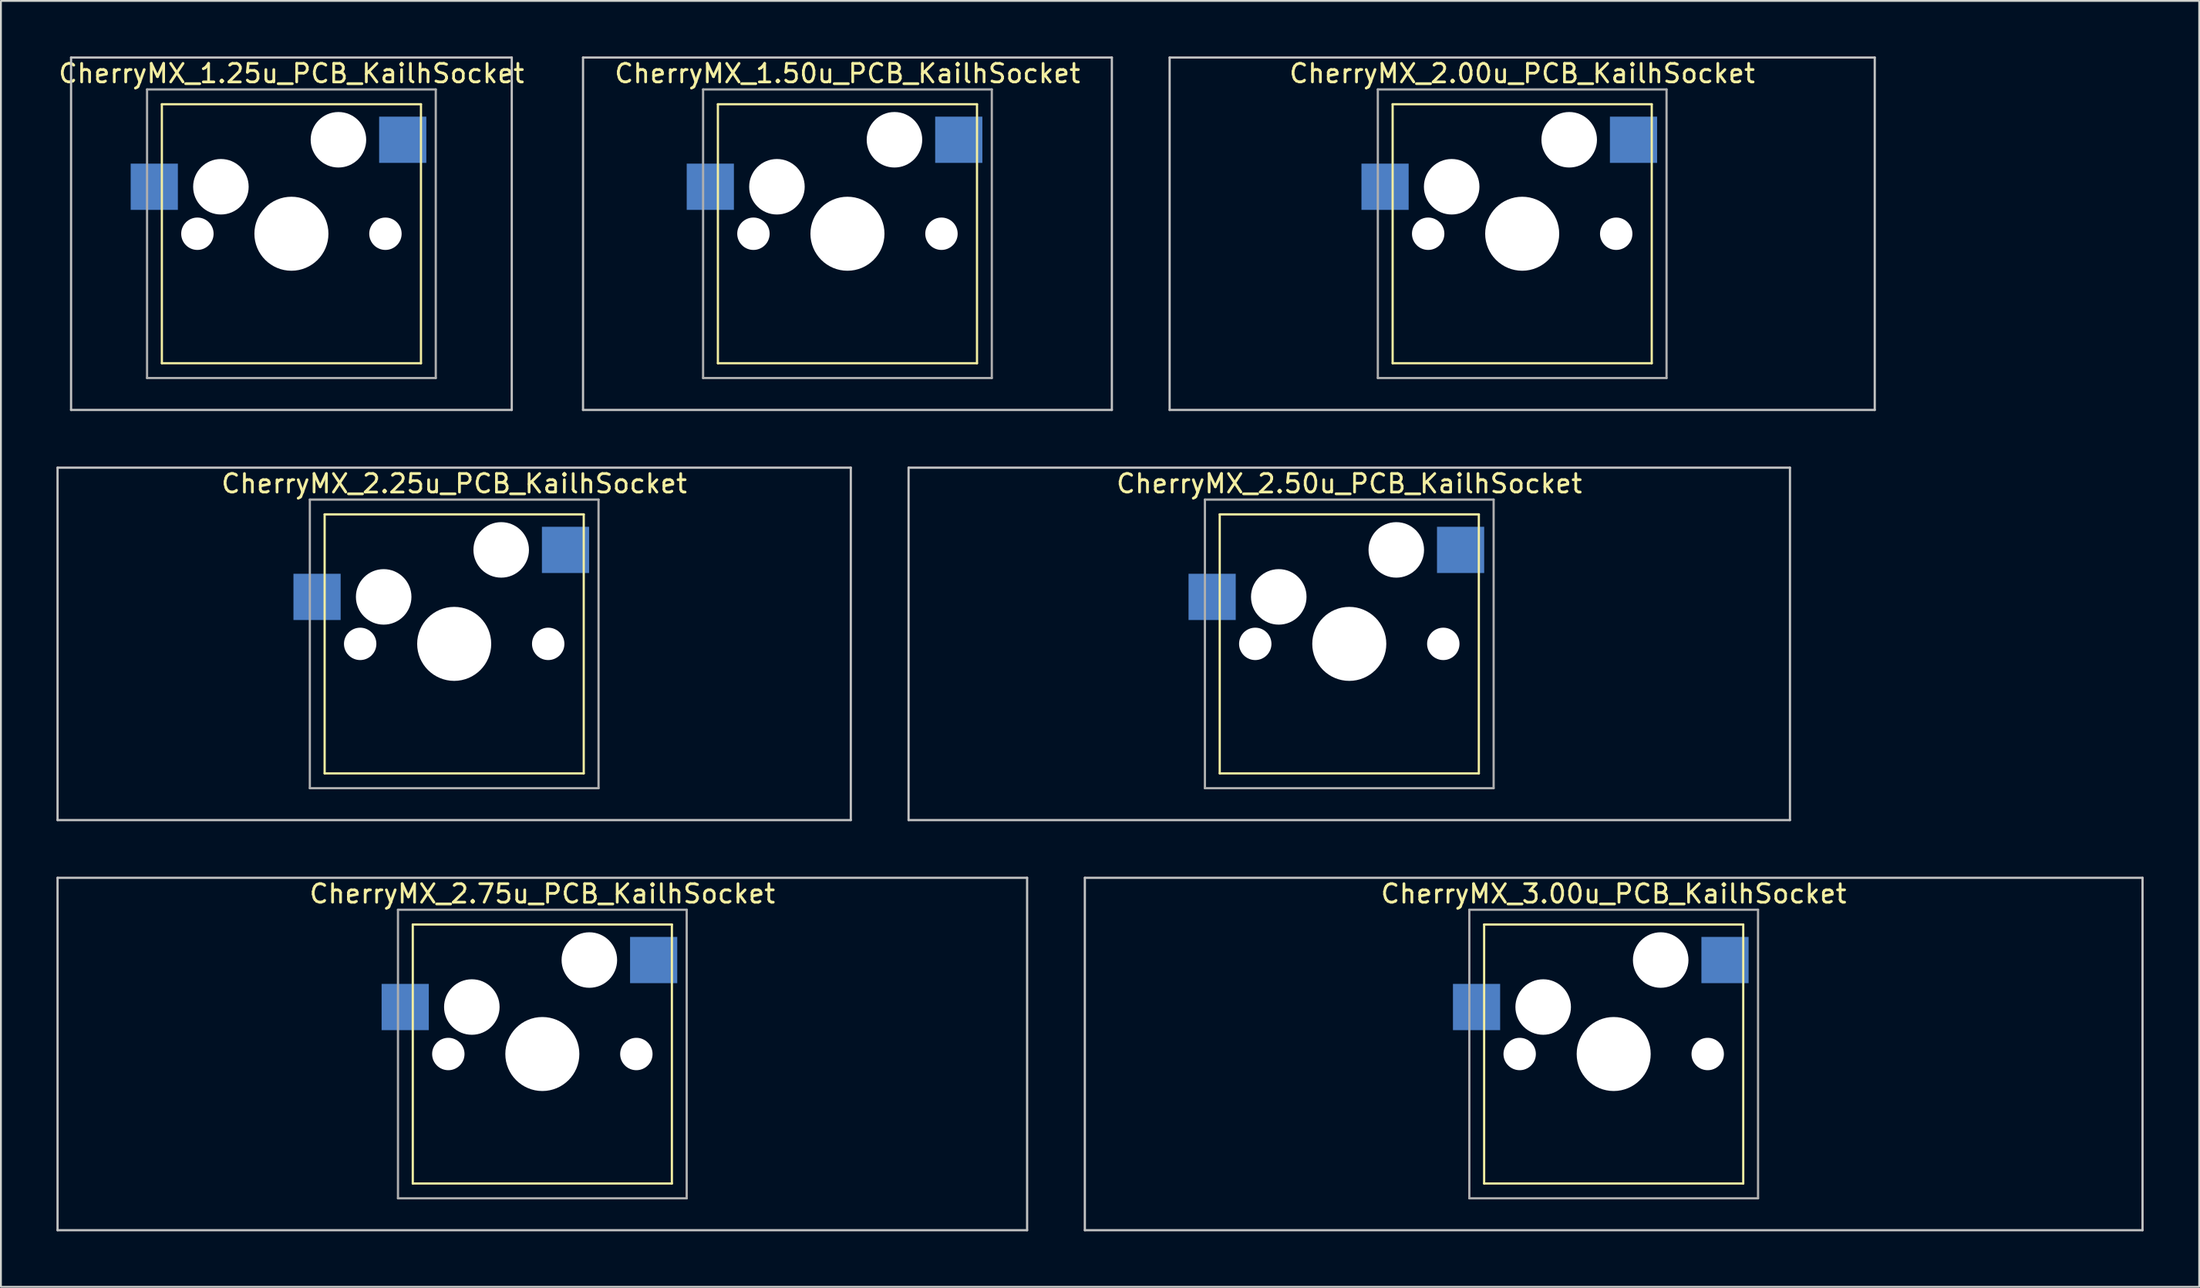
<source format=kicad_pcb>
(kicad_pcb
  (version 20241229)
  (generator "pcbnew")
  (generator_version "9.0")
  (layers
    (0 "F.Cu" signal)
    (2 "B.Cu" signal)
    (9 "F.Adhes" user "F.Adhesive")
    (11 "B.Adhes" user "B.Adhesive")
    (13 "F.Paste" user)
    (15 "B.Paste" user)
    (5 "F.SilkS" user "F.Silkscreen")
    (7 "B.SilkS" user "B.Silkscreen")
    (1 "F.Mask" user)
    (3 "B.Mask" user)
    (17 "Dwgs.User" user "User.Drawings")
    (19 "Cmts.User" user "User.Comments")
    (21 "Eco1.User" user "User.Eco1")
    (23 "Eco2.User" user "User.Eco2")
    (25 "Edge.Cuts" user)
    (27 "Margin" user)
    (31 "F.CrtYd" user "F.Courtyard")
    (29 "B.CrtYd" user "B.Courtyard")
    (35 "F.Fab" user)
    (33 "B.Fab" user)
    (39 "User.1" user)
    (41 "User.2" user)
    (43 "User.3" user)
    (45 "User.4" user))
  (footprint "CherryMX_3.00u_PCB_KailhSocket"
    (layer "F.Cu")
    (at 84.142 53.925)
    (property "Reference" "CherryMX_3.00u_PCB_KailhSocket" (at 0 -8.662 0) (layer "F.SilkS") (effects (font (size 1 1) (thickness 0.15))))
    (attr through_hole)
    (fp_line (start -7 -7) (end -7 7) (stroke (width 0.12) (type solid)) (layer "F.SilkS"))
    (fp_line (start -7 -7) (end 7 -7) (stroke (width 0.12) (type solid)) (layer "F.SilkS"))
    (fp_line (start 7 -7) (end 7 7) (stroke (width 0.12) (type solid)) (layer "F.SilkS"))
    (fp_line (start 7 7) (end -7 7) (stroke (width 0.12) (type solid)) (layer "F.SilkS"))
    (fp_line (start -28.575 -9.525) (end 28.575 -9.525) (stroke (width 0.12) (type solid)) (layer "Dwgs.User"))
    (fp_line (start -28.575 9.525) (end -28.575 -9.525) (stroke (width 0.12) (type solid)) (layer "Dwgs.User"))
    (fp_line (start 28.575 -9.525) (end 28.575 9.525) (stroke (width 0.12) (type solid)) (layer "Dwgs.User"))
    (fp_line (start 28.575 9.525) (end -28.575 9.525) (stroke (width 0.12) (type solid)) (layer "Dwgs.User"))
    (fp_line (start -7.8 -7.8) (end -7.8 7.8) (stroke (width 0.12) (type solid)) (layer "F.Fab"))
    (fp_line (start -7.8 -7.8) (end 7.8 -7.8) (stroke (width 0.12) (type solid)) (layer "F.Fab"))
    (fp_line (start -7.8 7.8) (end 7.8 7.8) (stroke (width 0.12) (type solid)) (layer "F.Fab"))
    (fp_line (start 7.8 -7.8) (end 7.8 7.8) (stroke (width 0.12) (type solid)) (layer "F.Fab"))
    (pad "" np_thru_hole circle (at -5.08 0) (size 1.75 1.75) (drill 1.75) (layers "*.Cu" "*.Mask"))
    (pad "" np_thru_hole circle (at -3.81 -2.54) (size 3 3) (drill 3) (layers "*.Cu" "*.Mask"))
    (pad "" np_thru_hole circle (at 0 0) (size 4 4) (drill 4) (layers "*.Cu" "*.Mask"))
    (pad "" np_thru_hole circle (at 2.54 -5.08) (size 3 3) (drill 3) (layers "*.Cu" "*.Mask"))
    (pad "" np_thru_hole circle (at 5.08 0) (size 1.75 1.75) (drill 1.75) (layers "*.Cu" "*.Mask"))
    (pad "1" smd rect (at -7.41 -2.54) (size 2.55 2.5) (layers "B.Cu" "B.Mask" "B.Paste"))
    (pad "2" smd rect (at 6.015 -5.08) (size 2.55 2.5) (layers "B.Cu" "B.Mask" "B.Paste")))
  (footprint "CherryMX_2.00u_PCB_KailhSocket"
    (layer "F.Cu")
    (at 79.198 9.585)
    (property "Reference" "CherryMX_2.00u_PCB_KailhSocket" (at 0 -8.662 0) (layer "F.SilkS") (effects (font (size 1 1) (thickness 0.15))))
    (attr through_hole)
    (fp_line (start -7 -7) (end -7 7) (stroke (width 0.12) (type solid)) (layer "F.SilkS"))
    (fp_line (start -7 -7) (end 7 -7) (stroke (width 0.12) (type solid)) (layer "F.SilkS"))
    (fp_line (start 7 -7) (end 7 7) (stroke (width 0.12) (type solid)) (layer "F.SilkS"))
    (fp_line (start 7 7) (end -7 7) (stroke (width 0.12) (type solid)) (layer "F.SilkS"))
    (fp_line (start -19.05 -9.525) (end 19.05 -9.525) (stroke (width 0.12) (type solid)) (layer "Dwgs.User"))
    (fp_line (start -19.05 9.525) (end -19.05 -9.525) (stroke (width 0.12) (type solid)) (layer "Dwgs.User"))
    (fp_line (start 19.05 -9.525) (end 19.05 9.525) (stroke (width 0.12) (type solid)) (layer "Dwgs.User"))
    (fp_line (start 19.05 9.525) (end -19.05 9.525) (stroke (width 0.12) (type solid)) (layer "Dwgs.User"))
    (fp_line (start -7.8 -7.8) (end -7.8 7.8) (stroke (width 0.12) (type solid)) (layer "F.Fab"))
    (fp_line (start -7.8 -7.8) (end 7.8 -7.8) (stroke (width 0.12) (type solid)) (layer "F.Fab"))
    (fp_line (start -7.8 7.8) (end 7.8 7.8) (stroke (width 0.12) (type solid)) (layer "F.Fab"))
    (fp_line (start 7.8 -7.8) (end 7.8 7.8) (stroke (width 0.12) (type solid)) (layer "F.Fab"))
    (pad "" np_thru_hole circle (at -5.08 0) (size 1.75 1.75) (drill 1.75) (layers "*.Cu" "*.Mask"))
    (pad "" np_thru_hole circle (at -3.81 -2.54) (size 3 3) (drill 3) (layers "*.Cu" "*.Mask"))
    (pad "" np_thru_hole circle (at 0 0) (size 4 4) (drill 4) (layers "*.Cu" "*.Mask"))
    (pad "" np_thru_hole circle (at 2.54 -5.08) (size 3 3) (drill 3) (layers "*.Cu" "*.Mask"))
    (pad "" np_thru_hole circle (at 5.08 0) (size 1.75 1.75) (drill 1.75) (layers "*.Cu" "*.Mask"))
    (pad "1" smd rect (at -7.41 -2.54) (size 2.55 2.5) (layers "B.Cu" "B.Mask" "B.Paste"))
    (pad "2" smd rect (at 6.015 -5.08) (size 2.55 2.5) (layers "B.Cu" "B.Mask" "B.Paste")))
  (footprint "CherryMX_2.25u_PCB_KailhSocket"
    (layer "F.Cu")
    (at 21.491 31.755)
    (property "Reference" "CherryMX_2.25u_PCB_KailhSocket" (at 0 -8.662 0) (layer "F.SilkS") (effects (font (size 1 1) (thickness 0.15))))
    (attr through_hole)
    (fp_line (start -7 -7) (end -7 7) (stroke (width 0.12) (type solid)) (layer "F.SilkS"))
    (fp_line (start -7 -7) (end 7 -7) (stroke (width 0.12) (type solid)) (layer "F.SilkS"))
    (fp_line (start 7 -7) (end 7 7) (stroke (width 0.12) (type solid)) (layer "F.SilkS"))
    (fp_line (start 7 7) (end -7 7) (stroke (width 0.12) (type solid)) (layer "F.SilkS"))
    (fp_line (start -21.431 -9.525) (end 21.431 -9.525) (stroke (width 0.12) (type solid)) (layer "Dwgs.User"))
    (fp_line (start -21.431 9.525) (end -21.431 -9.525) (stroke (width 0.12) (type solid)) (layer "Dwgs.User"))
    (fp_line (start 21.431 -9.525) (end 21.431 9.525) (stroke (width 0.12) (type solid)) (layer "Dwgs.User"))
    (fp_line (start 21.431 9.525) (end -21.431 9.525) (stroke (width 0.12) (type solid)) (layer "Dwgs.User"))
    (fp_line (start -7.8 -7.8) (end -7.8 7.8) (stroke (width 0.12) (type solid)) (layer "F.Fab"))
    (fp_line (start -7.8 -7.8) (end 7.8 -7.8) (stroke (width 0.12) (type solid)) (layer "F.Fab"))
    (fp_line (start -7.8 7.8) (end 7.8 7.8) (stroke (width 0.12) (type solid)) (layer "F.Fab"))
    (fp_line (start 7.8 -7.8) (end 7.8 7.8) (stroke (width 0.12) (type solid)) (layer "F.Fab"))
    (pad "" np_thru_hole circle (at -5.08 0) (size 1.75 1.75) (drill 1.75) (layers "*.Cu" "*.Mask"))
    (pad "" np_thru_hole circle (at -3.81 -2.54) (size 3 3) (drill 3) (layers "*.Cu" "*.Mask"))
    (pad "" np_thru_hole circle (at 0 0) (size 4 4) (drill 4) (layers "*.Cu" "*.Mask"))
    (pad "" np_thru_hole circle (at 2.54 -5.08) (size 3 3) (drill 3) (layers "*.Cu" "*.Mask"))
    (pad "" np_thru_hole circle (at 5.08 0) (size 1.75 1.75) (drill 1.75) (layers "*.Cu" "*.Mask"))
    (pad "1" smd rect (at -7.41 -2.54) (size 2.55 2.5) (layers "B.Cu" "B.Mask" "B.Paste"))
    (pad "2" smd rect (at 6.015 -5.08) (size 2.55 2.5) (layers "B.Cu" "B.Mask" "B.Paste")))
  (footprint "CherryMX_2.75u_PCB_KailhSocket"
    (layer "F.Cu")
    (at 26.254 53.925)
    (property "Reference" "CherryMX_2.75u_PCB_KailhSocket" (at 0 -8.662 0) (layer "F.SilkS") (effects (font (size 1 1) (thickness 0.15))))
    (attr through_hole)
    (fp_line (start -7 -7) (end -7 7) (stroke (width 0.12) (type solid)) (layer "F.SilkS"))
    (fp_line (start -7 -7) (end 7 -7) (stroke (width 0.12) (type solid)) (layer "F.SilkS"))
    (fp_line (start 7 -7) (end 7 7) (stroke (width 0.12) (type solid)) (layer "F.SilkS"))
    (fp_line (start 7 7) (end -7 7) (stroke (width 0.12) (type solid)) (layer "F.SilkS"))
    (fp_line (start -26.194 -9.525) (end 26.194 -9.525) (stroke (width 0.12) (type solid)) (layer "Dwgs.User"))
    (fp_line (start -26.194 9.525) (end -26.194 -9.525) (stroke (width 0.12) (type solid)) (layer "Dwgs.User"))
    (fp_line (start 26.194 -9.525) (end 26.194 9.525) (stroke (width 0.12) (type solid)) (layer "Dwgs.User"))
    (fp_line (start 26.194 9.525) (end -26.194 9.525) (stroke (width 0.12) (type solid)) (layer "Dwgs.User"))
    (fp_line (start -7.8 -7.8) (end -7.8 7.8) (stroke (width 0.12) (type solid)) (layer "F.Fab"))
    (fp_line (start -7.8 -7.8) (end 7.8 -7.8) (stroke (width 0.12) (type solid)) (layer "F.Fab"))
    (fp_line (start -7.8 7.8) (end 7.8 7.8) (stroke (width 0.12) (type solid)) (layer "F.Fab"))
    (fp_line (start 7.8 -7.8) (end 7.8 7.8) (stroke (width 0.12) (type solid)) (layer "F.Fab"))
    (pad "" np_thru_hole circle (at -5.08 0) (size 1.75 1.75) (drill 1.75) (layers "*.Cu" "*.Mask"))
    (pad "" np_thru_hole circle (at -3.81 -2.54) (size 3 3) (drill 3) (layers "*.Cu" "*.Mask"))
    (pad "" np_thru_hole circle (at 0 0) (size 4 4) (drill 4) (layers "*.Cu" "*.Mask"))
    (pad "" np_thru_hole circle (at 2.54 -5.08) (size 3 3) (drill 3) (layers "*.Cu" "*.Mask"))
    (pad "" np_thru_hole circle (at 5.08 0) (size 1.75 1.75) (drill 1.75) (layers "*.Cu" "*.Mask"))
    (pad "1" smd rect (at -7.41 -2.54) (size 2.55 2.5) (layers "B.Cu" "B.Mask" "B.Paste"))
    (pad "2" smd rect (at 6.015 -5.08) (size 2.55 2.5) (layers "B.Cu" "B.Mask" "B.Paste")))
  (footprint "CherryMX_2.50u_PCB_KailhSocket"
    (layer "F.Cu")
    (at 69.855 31.755)
    (property "Reference" "CherryMX_2.50u_PCB_KailhSocket" (at 0 -8.662 0) (layer "F.SilkS") (effects (font (size 1 1) (thickness 0.15))))
    (attr through_hole)
    (fp_line (start -7 -7) (end -7 7) (stroke (width 0.12) (type solid)) (layer "F.SilkS"))
    (fp_line (start -7 -7) (end 7 -7) (stroke (width 0.12) (type solid)) (layer "F.SilkS"))
    (fp_line (start 7 -7) (end 7 7) (stroke (width 0.12) (type solid)) (layer "F.SilkS"))
    (fp_line (start 7 7) (end -7 7) (stroke (width 0.12) (type solid)) (layer "F.SilkS"))
    (fp_line (start -23.812 -9.525) (end 23.812 -9.525) (stroke (width 0.12) (type solid)) (layer "Dwgs.User"))
    (fp_line (start -23.812 9.525) (end -23.812 -9.525) (stroke (width 0.12) (type solid)) (layer "Dwgs.User"))
    (fp_line (start 23.812 -9.525) (end 23.812 9.525) (stroke (width 0.12) (type solid)) (layer "Dwgs.User"))
    (fp_line (start 23.812 9.525) (end -23.812 9.525) (stroke (width 0.12) (type solid)) (layer "Dwgs.User"))
    (fp_line (start -7.8 -7.8) (end -7.8 7.8) (stroke (width 0.12) (type solid)) (layer "F.Fab"))
    (fp_line (start -7.8 -7.8) (end 7.8 -7.8) (stroke (width 0.12) (type solid)) (layer "F.Fab"))
    (fp_line (start -7.8 7.8) (end 7.8 7.8) (stroke (width 0.12) (type solid)) (layer "F.Fab"))
    (fp_line (start 7.8 -7.8) (end 7.8 7.8) (stroke (width 0.12) (type solid)) (layer "F.Fab"))
    (pad "" np_thru_hole circle (at -5.08 0) (size 1.75 1.75) (drill 1.75) (layers "*.Cu" "*.Mask"))
    (pad "" np_thru_hole circle (at -3.81 -2.54) (size 3 3) (drill 3) (layers "*.Cu" "*.Mask"))
    (pad "" np_thru_hole circle (at 0 0) (size 4 4) (drill 4) (layers "*.Cu" "*.Mask"))
    (pad "" np_thru_hole circle (at 2.54 -5.08) (size 3 3) (drill 3) (layers "*.Cu" "*.Mask"))
    (pad "" np_thru_hole circle (at 5.08 0) (size 1.75 1.75) (drill 1.75) (layers "*.Cu" "*.Mask"))
    (pad "1" smd rect (at -7.41 -2.54) (size 2.55 2.5) (layers "B.Cu" "B.Mask" "B.Paste"))
    (pad "2" smd rect (at 6.015 -5.08) (size 2.55 2.5) (layers "B.Cu" "B.Mask" "B.Paste")))
  (footprint "CherryMX_1.25u_PCB_KailhSocket"
    (layer "F.Cu")
    (at 12.696 9.585)
    (property "Reference" "CherryMX_1.25u_PCB_KailhSocket" (at 0 -8.662 0) (layer "F.SilkS") (effects (font (size 1 1) (thickness 0.15))))
    (attr through_hole)
    (fp_line (start -7 -7) (end -7 7) (stroke (width 0.12) (type solid)) (layer "F.SilkS"))
    (fp_line (start -7 -7) (end 7 -7) (stroke (width 0.12) (type solid)) (layer "F.SilkS"))
    (fp_line (start 7 -7) (end 7 7) (stroke (width 0.12) (type solid)) (layer "F.SilkS"))
    (fp_line (start 7 7) (end -7 7) (stroke (width 0.12) (type solid)) (layer "F.SilkS"))
    (fp_line (start -11.906 -9.525) (end 11.906 -9.525) (stroke (width 0.12) (type solid)) (layer "Dwgs.User"))
    (fp_line (start -11.906 9.525) (end -11.906 -9.525) (stroke (width 0.12) (type solid)) (layer "Dwgs.User"))
    (fp_line (start 11.906 -9.525) (end 11.906 9.525) (stroke (width 0.12) (type solid)) (layer "Dwgs.User"))
    (fp_line (start 11.906 9.525) (end -11.906 9.525) (stroke (width 0.12) (type solid)) (layer "Dwgs.User"))
    (fp_line (start -7.8 -7.8) (end -7.8 7.8) (stroke (width 0.12) (type solid)) (layer "F.Fab"))
    (fp_line (start -7.8 -7.8) (end 7.8 -7.8) (stroke (width 0.12) (type solid)) (layer "F.Fab"))
    (fp_line (start -7.8 7.8) (end 7.8 7.8) (stroke (width 0.12) (type solid)) (layer "F.Fab"))
    (fp_line (start 7.8 -7.8) (end 7.8 7.8) (stroke (width 0.12) (type solid)) (layer "F.Fab"))
    (pad "" np_thru_hole circle (at -5.08 0) (size 1.75 1.75) (drill 1.75) (layers "*.Cu" "*.Mask"))
    (pad "" np_thru_hole circle (at -3.81 -2.54) (size 3 3) (drill 3) (layers "*.Cu" "*.Mask"))
    (pad "" np_thru_hole circle (at 0 0) (size 4 4) (drill 4) (layers "*.Cu" "*.Mask"))
    (pad "" np_thru_hole circle (at 2.54 -5.08) (size 3 3) (drill 3) (layers "*.Cu" "*.Mask"))
    (pad "" np_thru_hole circle (at 5.08 0) (size 1.75 1.75) (drill 1.75) (layers "*.Cu" "*.Mask"))
    (pad "1" smd rect (at -7.41 -2.54) (size 2.55 2.5) (layers "B.Cu" "B.Mask" "B.Paste"))
    (pad "2" smd rect (at 6.015 -5.08) (size 2.55 2.5) (layers "B.Cu" "B.Mask" "B.Paste")))
  (footprint "CherryMX_1.50u_PCB_KailhSocket"
    (layer "F.Cu")
    (at 42.74 9.585)
    (property "Reference" "CherryMX_1.50u_PCB_KailhSocket" (at 0 -8.662 0) (layer "F.SilkS") (effects (font (size 1 1) (thickness 0.15))))
    (attr through_hole)
    (fp_line (start -7 -7) (end -7 7) (stroke (width 0.12) (type solid)) (layer "F.SilkS"))
    (fp_line (start -7 -7) (end 7 -7) (stroke (width 0.12) (type solid)) (layer "F.SilkS"))
    (fp_line (start 7 -7) (end 7 7) (stroke (width 0.12) (type solid)) (layer "F.SilkS"))
    (fp_line (start 7 7) (end -7 7) (stroke (width 0.12) (type solid)) (layer "F.SilkS"))
    (fp_line (start -14.287 -9.525) (end 14.287 -9.525) (stroke (width 0.12) (type solid)) (layer "Dwgs.User"))
    (fp_line (start -14.287 9.525) (end -14.287 -9.525) (stroke (width 0.12) (type solid)) (layer "Dwgs.User"))
    (fp_line (start 14.287 -9.525) (end 14.287 9.525) (stroke (width 0.12) (type solid)) (layer "Dwgs.User"))
    (fp_line (start 14.287 9.525) (end -14.287 9.525) (stroke (width 0.12) (type solid)) (layer "Dwgs.User"))
    (fp_line (start -7.8 -7.8) (end -7.8 7.8) (stroke (width 0.12) (type solid)) (layer "F.Fab"))
    (fp_line (start -7.8 -7.8) (end 7.8 -7.8) (stroke (width 0.12) (type solid)) (layer "F.Fab"))
    (fp_line (start -7.8 7.8) (end 7.8 7.8) (stroke (width 0.12) (type solid)) (layer "F.Fab"))
    (fp_line (start 7.8 -7.8) (end 7.8 7.8) (stroke (width 0.12) (type solid)) (layer "F.Fab"))
    (pad "" np_thru_hole circle (at -5.08 0) (size 1.75 1.75) (drill 1.75) (layers "*.Cu" "*.Mask"))
    (pad "" np_thru_hole circle (at -3.81 -2.54) (size 3 3) (drill 3) (layers "*.Cu" "*.Mask"))
    (pad "" np_thru_hole circle (at 0 0) (size 4 4) (drill 4) (layers "*.Cu" "*.Mask"))
    (pad "" np_thru_hole circle (at 2.54 -5.08) (size 3 3) (drill 3) (layers "*.Cu" "*.Mask"))
    (pad "" np_thru_hole circle (at 5.08 0) (size 1.75 1.75) (drill 1.75) (layers "*.Cu" "*.Mask"))
    (pad "1" smd rect (at -7.41 -2.54) (size 2.55 2.5) (layers "B.Cu" "B.Mask" "B.Paste"))
    (pad "2" smd rect (at 6.015 -5.08) (size 2.55 2.5) (layers "B.Cu" "B.Mask" "B.Paste")))
  (gr_rect
    (start -3 -3)
    (end 115.778 66.51)
    (stroke (width 0.1) (type default))
    (fill no)
    (layer "Edge.Cuts")))
</source>
